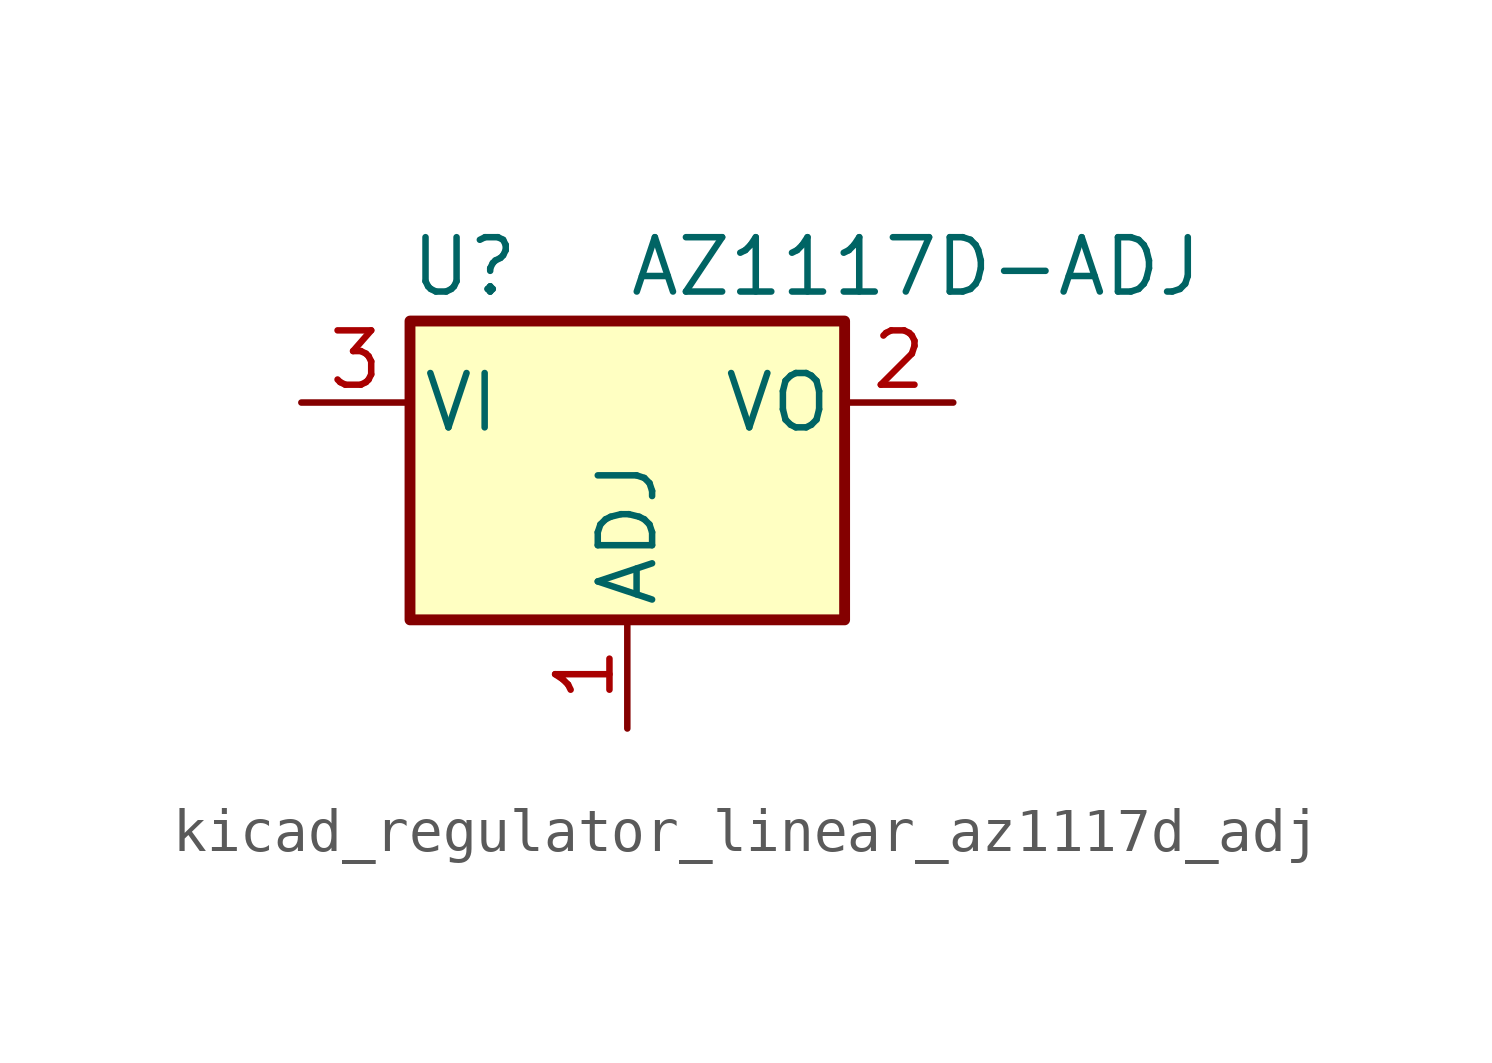
<source format=kicad_sym>
(kicad_symbol_lib
  (version 20220914)
  (generator kicad_symbol_editor)
  (symbol "kicad_regulator_linear_az1117d_adj"
    (pin_names
      (offset 0.254))
    (property "Reference" "U"
      (at -3.81 3.175 0)
      (effects (font (size 1.27 1.27))))
    (property "Value" "AZ1117D-ADJ"
      (at 0 3.175 0)
      (effects (font (size 1.27 1.27)) (justify left)))
    (symbol "kicad_regulator_linear_az1117d_adj_0_1"
      (rectangle (start -5.08 1.905) (end 5.08 -5.08) (stroke (width 0.254) (type default)) (fill (type background))))
    (symbol "kicad_regulator_linear_az1117d_adj_1_1"
      (pin input line (at 0 -7.62 90) (length 2.54) (name "ADJ" (effects (font (size 1.27 1.27)))) (number "1" (effects (font (size 1.27 1.27)))))
      (pin power_out line (at 7.62 0 180) (length 2.54) (name "VO" (effects (font (size 1.27 1.27)))) (number "2" (effects (font (size 1.27 1.27)))))
      (pin power_in line (at -7.62 0 0) (length 2.54) (name "VI" (effects (font (size 1.27 1.27)))) (number "3" (effects (font (size 1.27 1.27))))))))
</source>
